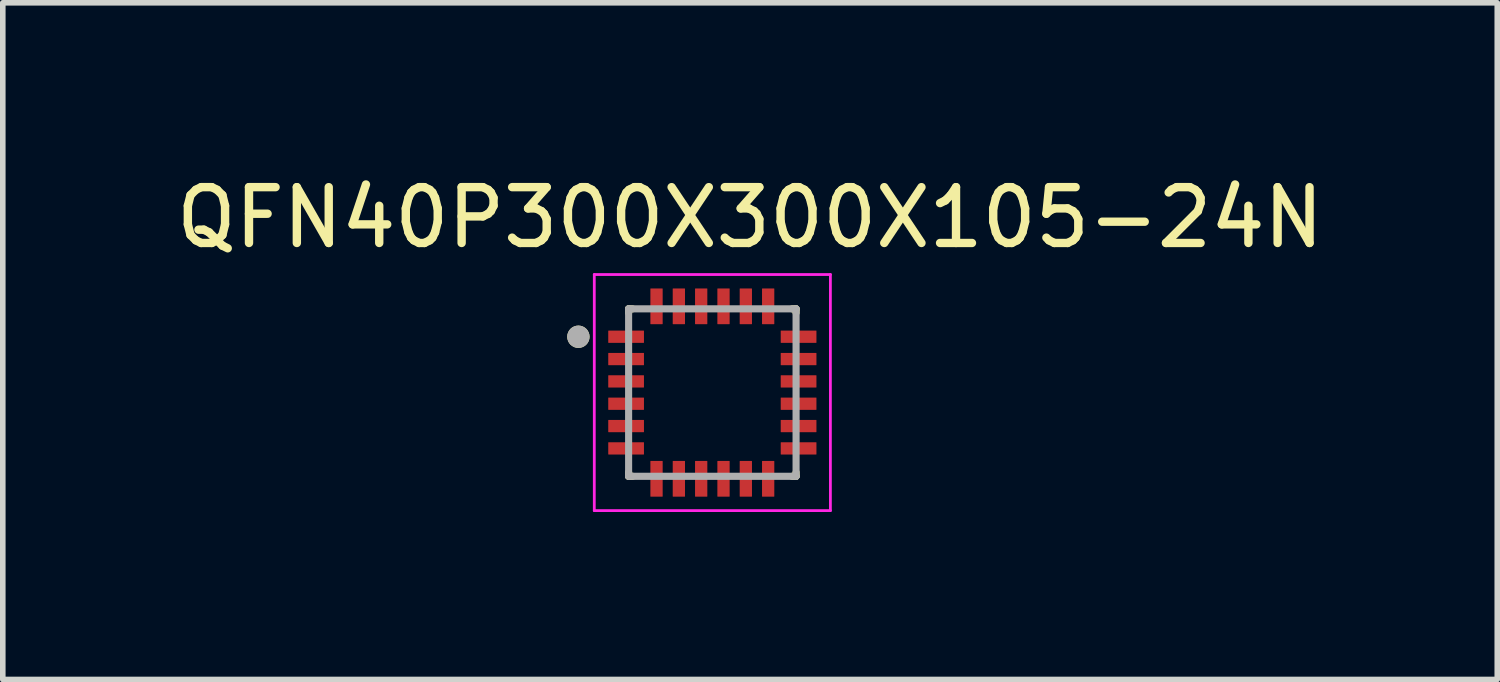
<source format=kicad_pcb>
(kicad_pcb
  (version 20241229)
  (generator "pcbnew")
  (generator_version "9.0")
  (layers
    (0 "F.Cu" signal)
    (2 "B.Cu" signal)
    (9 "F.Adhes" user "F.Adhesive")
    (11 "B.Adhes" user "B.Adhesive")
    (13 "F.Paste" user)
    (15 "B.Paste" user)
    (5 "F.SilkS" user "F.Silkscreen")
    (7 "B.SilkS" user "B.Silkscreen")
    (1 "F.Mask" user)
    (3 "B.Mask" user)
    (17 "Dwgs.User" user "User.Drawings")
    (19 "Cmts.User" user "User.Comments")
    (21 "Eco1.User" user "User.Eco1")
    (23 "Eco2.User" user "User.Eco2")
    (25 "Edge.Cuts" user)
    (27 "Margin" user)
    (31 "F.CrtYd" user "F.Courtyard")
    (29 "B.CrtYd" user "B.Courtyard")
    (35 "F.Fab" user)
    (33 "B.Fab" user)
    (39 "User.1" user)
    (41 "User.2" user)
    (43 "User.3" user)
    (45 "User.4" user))
  (footprint "QFN40P300X300X105-24N"
    (layer "F.Cu")
    (at 9.712 3.983)
    (property "Reference" "QFN40P300X300X105-24N" (at 0.675 -3.135 0) (layer "F.SilkS") (effects (font (size 1 1) (thickness 0.15))))
    (attr smd)
    (fp_line (start -1.5 -1.5) (end -1.5 -1.43) (stroke (width 0.127) (type solid)) (layer "F.SilkS"))
    (fp_line (start -1.5 1.43) (end -1.5 1.5) (stroke (width 0.127) (type solid)) (layer "F.SilkS"))
    (fp_line (start -1.5 1.5) (end -1.43 1.5) (stroke (width 0.127) (type solid)) (layer "F.SilkS"))
    (fp_line (start -1.43 -1.5) (end -1.5 -1.5) (stroke (width 0.127) (type solid)) (layer "F.SilkS"))
    (fp_line (start 1.43 1.5) (end 1.5 1.5) (stroke (width 0.127) (type solid)) (layer "F.SilkS"))
    (fp_line (start 1.5 -1.5) (end 1.43 -1.5) (stroke (width 0.127) (type solid)) (layer "F.SilkS"))
    (fp_line (start 1.5 -1.43) (end 1.5 -1.5) (stroke (width 0.127) (type solid)) (layer "F.SilkS"))
    (fp_line (start 1.5 1.5) (end 1.5 1.43) (stroke (width 0.127) (type solid)) (layer "F.SilkS"))
    (fp_circle (center -2.4 -1) (end -2.3 -1) (stroke (width 0.2) (type solid)) (fill no) (layer "F.SilkS"))
    (fp_line (start -2.115 -2.115) (end 2.115 -2.115) (stroke (width 0.05) (type solid)) (layer "F.CrtYd"))
    (fp_line (start -2.115 2.115) (end -2.115 -2.115) (stroke (width 0.05) (type solid)) (layer "F.CrtYd"))
    (fp_line (start 2.115 -2.115) (end 2.115 2.115) (stroke (width 0.05) (type solid)) (layer "F.CrtYd"))
    (fp_line (start 2.115 2.115) (end -2.115 2.115) (stroke (width 0.05) (type solid)) (layer "F.CrtYd"))
    (fp_line (start -1.5 -1.5) (end 1.5 -1.5) (stroke (width 0.127) (type solid)) (layer "F.Fab"))
    (fp_line (start -1.5 1.5) (end -1.5 -1.5) (stroke (width 0.127) (type solid)) (layer "F.Fab"))
    (fp_line (start 1.5 -1.5) (end 1.5 1.5) (stroke (width 0.127) (type solid)) (layer "F.Fab"))
    (fp_line (start 1.5 1.5) (end -1.5 1.5) (stroke (width 0.127) (type solid)) (layer "F.Fab"))
    (fp_circle (center -2.4 -1) (end -2.3 -1) (stroke (width 0.2) (type solid)) (fill no) (layer "F.Fab"))
    (pad "1" smd roundrect (at -1.545 -1) (size 0.64 0.22) (layers "F.Cu" "F.Mask" "F.Paste") (roundrect_rratio 0.03))
    (pad "2" smd roundrect (at -1.545 -0.6) (size 0.64 0.22) (layers "F.Cu" "F.Mask" "F.Paste") (roundrect_rratio 0.03))
    (pad "3" smd roundrect (at -1.545 -0.2) (size 0.64 0.22) (layers "F.Cu" "F.Mask" "F.Paste") (roundrect_rratio 0.03))
    (pad "4" smd roundrect (at -1.545 0.2) (size 0.64 0.22) (layers "F.Cu" "F.Mask" "F.Paste") (roundrect_rratio 0.03))
    (pad "5" smd roundrect (at -1.545 0.6) (size 0.64 0.22) (layers "F.Cu" "F.Mask" "F.Paste") (roundrect_rratio 0.03))
    (pad "6" smd roundrect (at -1.545 1) (size 0.64 0.22) (layers "F.Cu" "F.Mask" "F.Paste") (roundrect_rratio 0.03))
    (pad "7" smd roundrect (at -1 1.545 90) (size 0.64 0.22) (layers "F.Cu" "F.Mask" "F.Paste") (roundrect_rratio 0.03))
    (pad "8" smd roundrect (at -0.6 1.545 90) (size 0.64 0.22) (layers "F.Cu" "F.Mask" "F.Paste") (roundrect_rratio 0.03))
    (pad "9" smd roundrect (at -0.2 1.545 90) (size 0.64 0.22) (layers "F.Cu" "F.Mask" "F.Paste") (roundrect_rratio 0.03))
    (pad "10" smd roundrect (at 0.2 1.545 90) (size 0.64 0.22) (layers "F.Cu" "F.Mask" "F.Paste") (roundrect_rratio 0.03))
    (pad "11" smd roundrect (at 0.6 1.545 90) (size 0.64 0.22) (layers "F.Cu" "F.Mask" "F.Paste") (roundrect_rratio 0.03))
    (pad "12" smd roundrect (at 1 1.545 90) (size 0.64 0.22) (layers "F.Cu" "F.Mask" "F.Paste") (roundrect_rratio 0.03))
    (pad "13" smd roundrect (at 1.545 1 180) (size 0.64 0.22) (layers "F.Cu" "F.Mask" "F.Paste") (roundrect_rratio 0.03))
    (pad "14" smd roundrect (at 1.545 0.6 180) (size 0.64 0.22) (layers "F.Cu" "F.Mask" "F.Paste") (roundrect_rratio 0.03))
    (pad "15" smd roundrect (at 1.545 0.2 180) (size 0.64 0.22) (layers "F.Cu" "F.Mask" "F.Paste") (roundrect_rratio 0.03))
    (pad "16" smd roundrect (at 1.545 -0.2 180) (size 0.64 0.22) (layers "F.Cu" "F.Mask" "F.Paste") (roundrect_rratio 0.03))
    (pad "17" smd roundrect (at 1.545 -0.6 180) (size 0.64 0.22) (layers "F.Cu" "F.Mask" "F.Paste") (roundrect_rratio 0.03))
    (pad "18" smd roundrect (at 1.545 -1 180) (size 0.64 0.22) (layers "F.Cu" "F.Mask" "F.Paste") (roundrect_rratio 0.03))
    (pad "19" smd roundrect (at 1 -1.545 270) (size 0.64 0.22) (layers "F.Cu" "F.Mask" "F.Paste") (roundrect_rratio 0.03))
    (pad "20" smd roundrect (at 0.6 -1.545 270) (size 0.64 0.22) (layers "F.Cu" "F.Mask" "F.Paste") (roundrect_rratio 0.03))
    (pad "21" smd roundrect (at 0.2 -1.545 270) (size 0.64 0.22) (layers "F.Cu" "F.Mask" "F.Paste") (roundrect_rratio 0.03))
    (pad "22" smd roundrect (at -0.2 -1.545 270) (size 0.64 0.22) (layers "F.Cu" "F.Mask" "F.Paste") (roundrect_rratio 0.03))
    (pad "23" smd roundrect (at -0.6 -1.545 270) (size 0.64 0.22) (layers "F.Cu" "F.Mask" "F.Paste") (roundrect_rratio 0.03))
    (pad "24" smd roundrect (at -1 -1.545 270) (size 0.64 0.22) (layers "F.Cu" "F.Mask" "F.Paste") (roundrect_rratio 0.03))
    (zone (net_name "") (layer "F.Cu") (hatch full 0.508) (connect_pads) (min_thickness 0.01) (filled_areas_thickness no) (keepout (tracks not_allowed) (vias not_allowed) (pads not_allowed) (copperpour not_allowed) (footprints allowed)) (placement (enabled no)) (fill) (polygon (pts (xy 8.862 3.213) (xy 10.562 3.213) (xy 10.562 4.753) (xy 8.862 4.753))))
    (zone (net_name "") (layers "F.Cu" "B.Cu") (hatch full 0.508) (connect_pads) (min_thickness 0.01) (filled_areas_thickness no) (keepout (tracks allowed) (vias not_allowed) (pads allowed) (copperpour allowed) (footprints allowed)) (placement (enabled no)) (fill) (polygon (pts (xy 8.862 3.213) (xy 10.562 3.213) (xy 10.562 4.753) (xy 8.862 4.753)))))
  (gr_rect
    (start -3 -3)
    (end 23.774 9.123)
    (stroke (width 0.1) (type default))
    (fill no)
    (layer "Edge.Cuts")))
</source>
